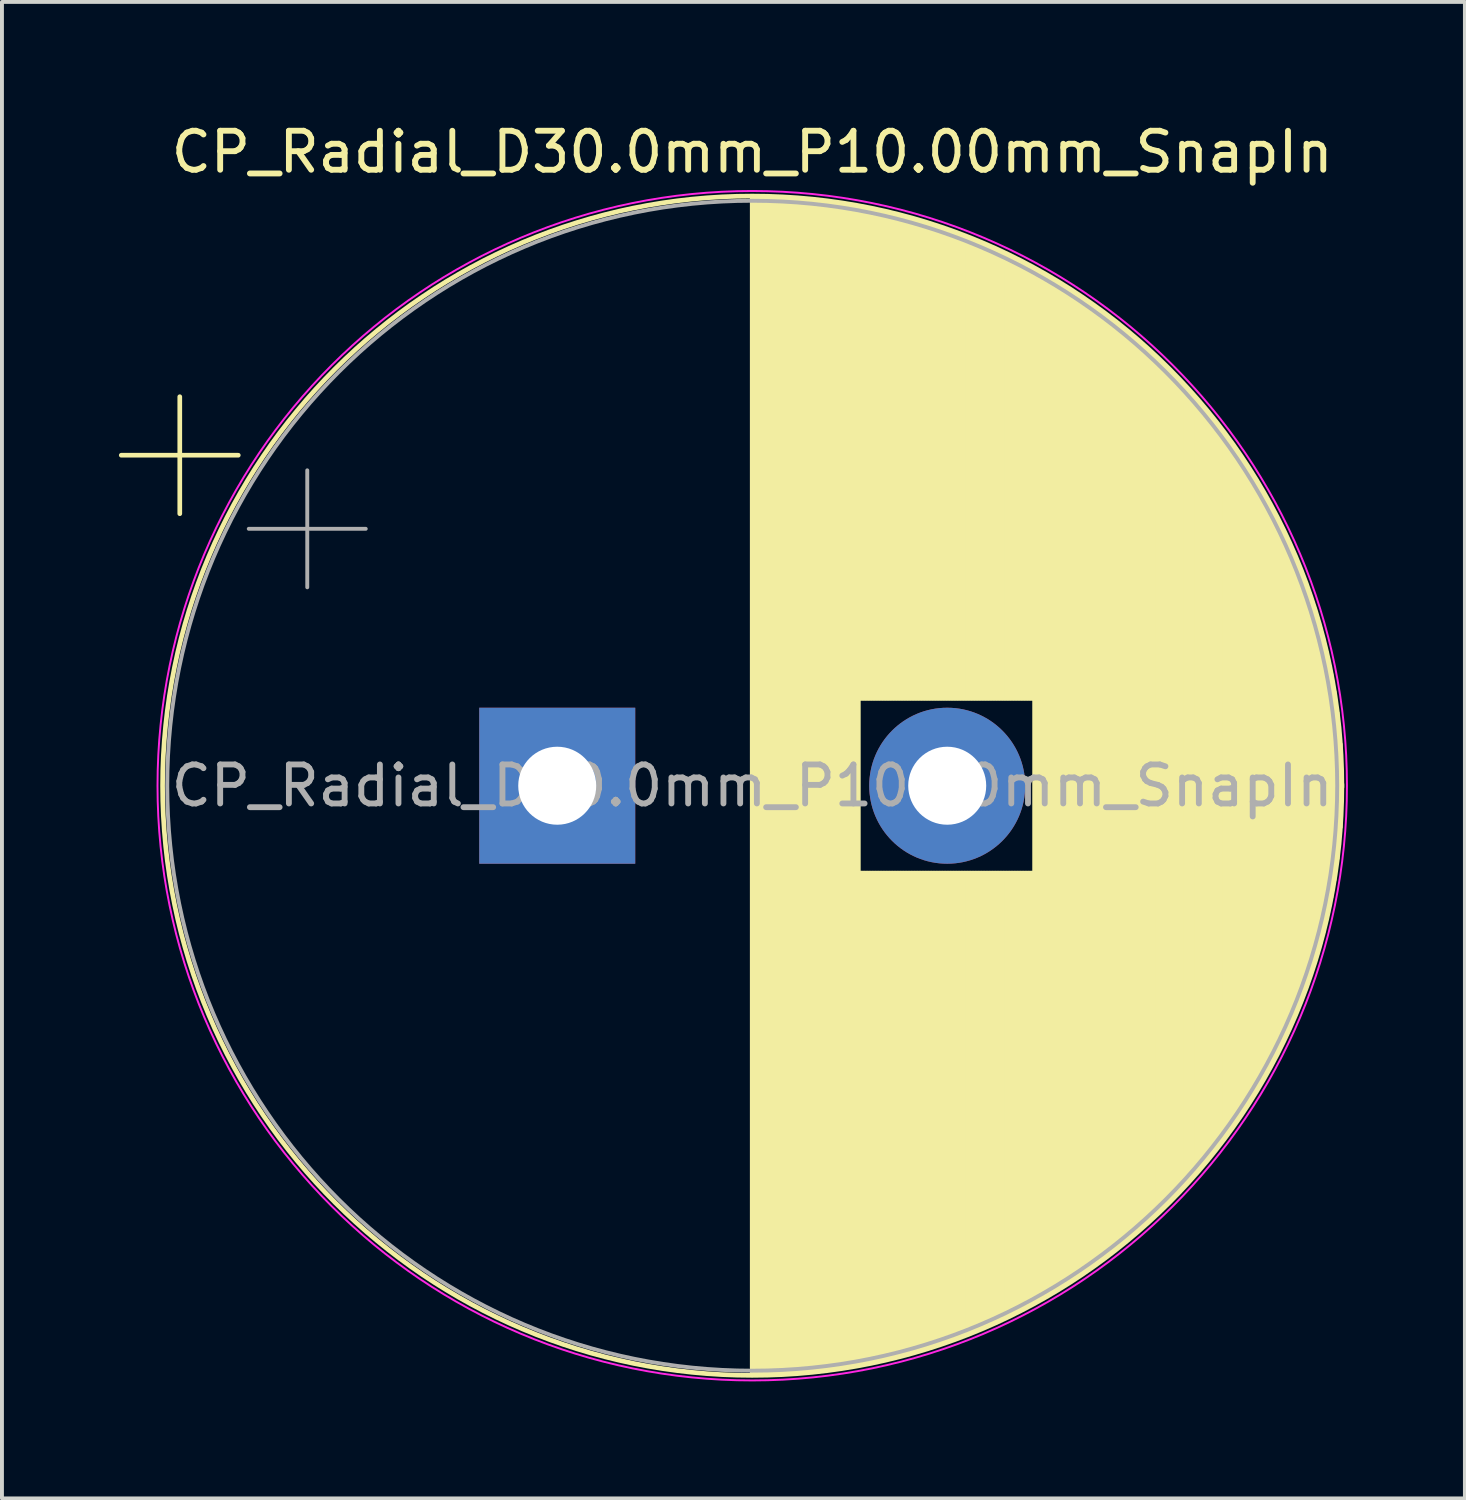
<source format=kicad_pcb>
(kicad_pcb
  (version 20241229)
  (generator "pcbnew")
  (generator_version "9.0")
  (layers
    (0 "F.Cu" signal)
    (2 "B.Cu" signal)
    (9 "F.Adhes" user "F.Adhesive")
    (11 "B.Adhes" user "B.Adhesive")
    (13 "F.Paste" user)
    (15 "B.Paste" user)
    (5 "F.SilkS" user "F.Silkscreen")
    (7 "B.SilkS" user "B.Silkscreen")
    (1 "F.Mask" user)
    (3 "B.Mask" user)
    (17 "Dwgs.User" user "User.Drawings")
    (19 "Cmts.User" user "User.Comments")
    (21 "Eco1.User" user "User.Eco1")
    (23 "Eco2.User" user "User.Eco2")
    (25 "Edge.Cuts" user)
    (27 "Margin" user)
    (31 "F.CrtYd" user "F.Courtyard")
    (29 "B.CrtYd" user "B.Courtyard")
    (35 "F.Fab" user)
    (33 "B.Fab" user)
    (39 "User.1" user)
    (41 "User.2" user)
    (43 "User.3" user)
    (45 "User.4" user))
  (footprint "CP_Radial_D30.0mm_P10.00mm_SnapIn"
    (layer "F.Cu")
    (at 11.239 17.098)
    (property "Reference" "CP_Radial_D30.0mm_P10.00mm_SnapIn" (at 5 -16.25 0) (layer "F.SilkS") (effects (font (size 1 1) (thickness 0.15))))
    (attr through_hole)
    (fp_line (start -11.179 -8.475) (end -8.179 -8.475) (stroke (width 0.12) (type solid)) (layer "F.SilkS"))
    (fp_line (start -9.679 -9.975) (end -9.679 -6.975) (stroke (width 0.12) (type solid)) (layer "F.SilkS"))
    (fp_line (start 5 -15.081) (end 5 15.081) (stroke (width 0.12) (type solid)) (layer "F.SilkS"))
    (fp_line (start 5.04 -15.08) (end 5.04 15.08) (stroke (width 0.12) (type solid)) (layer "F.SilkS"))
    (fp_line (start 5.08 -15.08) (end 5.08 15.08) (stroke (width 0.12) (type solid)) (layer "F.SilkS"))
    (fp_line (start 5.12 -15.08) (end 5.12 15.08) (stroke (width 0.12) (type solid)) (layer "F.SilkS"))
    (fp_line (start 5.16 -15.08) (end 5.16 15.08) (stroke (width 0.12) (type solid)) (layer "F.SilkS"))
    (fp_line (start 5.2 -15.079) (end 5.2 15.079) (stroke (width 0.12) (type solid)) (layer "F.SilkS"))
    (fp_line (start 5.24 -15.079) (end 5.24 15.079) (stroke (width 0.12) (type solid)) (layer "F.SilkS"))
    (fp_line (start 5.28 -15.078) (end 5.28 15.078) (stroke (width 0.12) (type solid)) (layer "F.SilkS"))
    (fp_line (start 5.32 -15.077) (end 5.32 15.077) (stroke (width 0.12) (type solid)) (layer "F.SilkS"))
    (fp_line (start 5.36 -15.076) (end 5.36 15.076) (stroke (width 0.12) (type solid)) (layer "F.SilkS"))
    (fp_line (start 5.4 -15.075) (end 5.4 15.075) (stroke (width 0.12) (type solid)) (layer "F.SilkS"))
    (fp_line (start 5.44 -15.074) (end 5.44 15.074) (stroke (width 0.12) (type solid)) (layer "F.SilkS"))
    (fp_line (start 5.48 -15.073) (end 5.48 15.073) (stroke (width 0.12) (type solid)) (layer "F.SilkS"))
    (fp_line (start 5.52 -15.072) (end 5.52 15.072) (stroke (width 0.12) (type solid)) (layer "F.SilkS"))
    (fp_line (start 5.56 -15.07) (end 5.56 15.07) (stroke (width 0.12) (type solid)) (layer "F.SilkS"))
    (fp_line (start 5.6 -15.069) (end 5.6 15.069) (stroke (width 0.12) (type solid)) (layer "F.SilkS"))
    (fp_line (start 5.64 -15.067) (end 5.64 15.067) (stroke (width 0.12) (type solid)) (layer "F.SilkS"))
    (fp_line (start 5.68 -15.065) (end 5.68 15.065) (stroke (width 0.12) (type solid)) (layer "F.SilkS"))
    (fp_line (start 5.721 -15.063) (end 5.721 15.063) (stroke (width 0.12) (type solid)) (layer "F.SilkS"))
    (fp_line (start 5.761 -15.061) (end 5.761 15.061) (stroke (width 0.12) (type solid)) (layer "F.SilkS"))
    (fp_line (start 5.801 -15.059) (end 5.801 15.059) (stroke (width 0.12) (type solid)) (layer "F.SilkS"))
    (fp_line (start 5.841 -15.057) (end 5.841 15.057) (stroke (width 0.12) (type solid)) (layer "F.SilkS"))
    (fp_line (start 5.881 -15.055) (end 5.881 15.055) (stroke (width 0.12) (type solid)) (layer "F.SilkS"))
    (fp_line (start 5.921 -15.052) (end 5.921 15.052) (stroke (width 0.12) (type solid)) (layer "F.SilkS"))
    (fp_line (start 5.961 -15.05) (end 5.961 15.05) (stroke (width 0.12) (type solid)) (layer "F.SilkS"))
    (fp_line (start 6.001 -15.047) (end 6.001 15.047) (stroke (width 0.12) (type solid)) (layer "F.SilkS"))
    (fp_line (start 6.041 -15.045) (end 6.041 15.045) (stroke (width 0.12) (type solid)) (layer "F.SilkS"))
    (fp_line (start 6.081 -15.042) (end 6.081 15.042) (stroke (width 0.12) (type solid)) (layer "F.SilkS"))
    (fp_line (start 6.121 -15.039) (end 6.121 15.039) (stroke (width 0.12) (type solid)) (layer "F.SilkS"))
    (fp_line (start 6.161 -15.036) (end 6.161 15.036) (stroke (width 0.12) (type solid)) (layer "F.SilkS"))
    (fp_line (start 6.201 -15.033) (end 6.201 15.033) (stroke (width 0.12) (type solid)) (layer "F.SilkS"))
    (fp_line (start 6.241 -15.03) (end 6.241 15.03) (stroke (width 0.12) (type solid)) (layer "F.SilkS"))
    (fp_line (start 6.281 -15.026) (end 6.281 15.026) (stroke (width 0.12) (type solid)) (layer "F.SilkS"))
    (fp_line (start 6.321 -15.023) (end 6.321 15.023) (stroke (width 0.12) (type solid)) (layer "F.SilkS"))
    (fp_line (start 6.361 -15.019) (end 6.361 15.019) (stroke (width 0.12) (type solid)) (layer "F.SilkS"))
    (fp_line (start 6.401 -15.016) (end 6.401 15.016) (stroke (width 0.12) (type solid)) (layer "F.SilkS"))
    (fp_line (start 6.441 -15.012) (end 6.441 15.012) (stroke (width 0.12) (type solid)) (layer "F.SilkS"))
    (fp_line (start 6.481 -15.008) (end 6.481 15.008) (stroke (width 0.12) (type solid)) (layer "F.SilkS"))
    (fp_line (start 6.521 -15.004) (end 6.521 15.004) (stroke (width 0.12) (type solid)) (layer "F.SilkS"))
    (fp_line (start 6.561 -15) (end 6.561 15) (stroke (width 0.12) (type solid)) (layer "F.SilkS"))
    (fp_line (start 6.601 -14.996) (end 6.601 14.996) (stroke (width 0.12) (type solid)) (layer "F.SilkS"))
    (fp_line (start 6.641 -14.991) (end 6.641 14.991) (stroke (width 0.12) (type solid)) (layer "F.SilkS"))
    (fp_line (start 6.681 -14.987) (end 6.681 14.987) (stroke (width 0.12) (type solid)) (layer "F.SilkS"))
    (fp_line (start 6.721 -14.982) (end 6.721 14.982) (stroke (width 0.12) (type solid)) (layer "F.SilkS"))
    (fp_line (start 6.761 -14.978) (end 6.761 14.978) (stroke (width 0.12) (type solid)) (layer "F.SilkS"))
    (fp_line (start 6.801 -14.973) (end 6.801 14.973) (stroke (width 0.12) (type solid)) (layer "F.SilkS"))
    (fp_line (start 6.841 -14.968) (end 6.841 14.968) (stroke (width 0.12) (type solid)) (layer "F.SilkS"))
    (fp_line (start 6.881 -14.963) (end 6.881 14.963) (stroke (width 0.12) (type solid)) (layer "F.SilkS"))
    (fp_line (start 6.921 -14.958) (end 6.921 14.958) (stroke (width 0.12) (type solid)) (layer "F.SilkS"))
    (fp_line (start 6.961 -14.953) (end 6.961 14.953) (stroke (width 0.12) (type solid)) (layer "F.SilkS"))
    (fp_line (start 7.001 -14.948) (end 7.001 14.948) (stroke (width 0.12) (type solid)) (layer "F.SilkS"))
    (fp_line (start 7.041 -14.942) (end 7.041 14.942) (stroke (width 0.12) (type solid)) (layer "F.SilkS"))
    (fp_line (start 7.081 -14.937) (end 7.081 14.937) (stroke (width 0.12) (type solid)) (layer "F.SilkS"))
    (fp_line (start 7.121 -14.931) (end 7.121 14.931) (stroke (width 0.12) (type solid)) (layer "F.SilkS"))
    (fp_line (start 7.161 -14.925) (end 7.161 14.925) (stroke (width 0.12) (type solid)) (layer "F.SilkS"))
    (fp_line (start 7.201 -14.92) (end 7.201 14.92) (stroke (width 0.12) (type solid)) (layer "F.SilkS"))
    (fp_line (start 7.241 -14.914) (end 7.241 14.914) (stroke (width 0.12) (type solid)) (layer "F.SilkS"))
    (fp_line (start 7.281 -14.908) (end 7.281 14.908) (stroke (width 0.12) (type solid)) (layer "F.SilkS"))
    (fp_line (start 7.321 -14.901) (end 7.321 14.901) (stroke (width 0.12) (type solid)) (layer "F.SilkS"))
    (fp_line (start 7.361 -14.895) (end 7.361 14.895) (stroke (width 0.12) (type solid)) (layer "F.SilkS"))
    (fp_line (start 7.401 -14.889) (end 7.401 14.889) (stroke (width 0.12) (type solid)) (layer "F.SilkS"))
    (fp_line (start 7.441 -14.882) (end 7.441 14.882) (stroke (width 0.12) (type solid)) (layer "F.SilkS"))
    (fp_line (start 7.481 -14.876) (end 7.481 14.876) (stroke (width 0.12) (type solid)) (layer "F.SilkS"))
    (fp_line (start 7.521 -14.869) (end 7.521 14.869) (stroke (width 0.12) (type solid)) (layer "F.SilkS"))
    (fp_line (start 7.561 -14.862) (end 7.561 14.862) (stroke (width 0.12) (type solid)) (layer "F.SilkS"))
    (fp_line (start 7.601 -14.855) (end 7.601 14.855) (stroke (width 0.12) (type solid)) (layer "F.SilkS"))
    (fp_line (start 7.641 -14.848) (end 7.641 14.848) (stroke (width 0.12) (type solid)) (layer "F.SilkS"))
    (fp_line (start 7.681 -14.841) (end 7.681 14.841) (stroke (width 0.12) (type solid)) (layer "F.SilkS"))
    (fp_line (start 7.721 -14.834) (end 7.721 14.834) (stroke (width 0.12) (type solid)) (layer "F.SilkS"))
    (fp_line (start 7.761 -14.826) (end 7.761 -2.24) (stroke (width 0.12) (type solid)) (layer "F.SilkS"))
    (fp_line (start 7.761 2.24) (end 7.761 14.826) (stroke (width 0.12) (type solid)) (layer "F.SilkS"))
    (fp_line (start 7.801 -14.819) (end 7.801 -2.24) (stroke (width 0.12) (type solid)) (layer "F.SilkS"))
    (fp_line (start 7.801 2.24) (end 7.801 14.819) (stroke (width 0.12) (type solid)) (layer "F.SilkS"))
    (fp_line (start 7.841 -14.811) (end 7.841 -2.24) (stroke (width 0.12) (type solid)) (layer "F.SilkS"))
    (fp_line (start 7.841 2.24) (end 7.841 14.811) (stroke (width 0.12) (type solid)) (layer "F.SilkS"))
    (fp_line (start 7.881 -14.804) (end 7.881 -2.24) (stroke (width 0.12) (type solid)) (layer "F.SilkS"))
    (fp_line (start 7.881 2.24) (end 7.881 14.804) (stroke (width 0.12) (type solid)) (layer "F.SilkS"))
    (fp_line (start 7.921 -14.796) (end 7.921 -2.24) (stroke (width 0.12) (type solid)) (layer "F.SilkS"))
    (fp_line (start 7.921 2.24) (end 7.921 14.796) (stroke (width 0.12) (type solid)) (layer "F.SilkS"))
    (fp_line (start 7.961 -14.788) (end 7.961 -2.24) (stroke (width 0.12) (type solid)) (layer "F.SilkS"))
    (fp_line (start 7.961 2.24) (end 7.961 14.788) (stroke (width 0.12) (type solid)) (layer "F.SilkS"))
    (fp_line (start 8.001 -14.78) (end 8.001 -2.24) (stroke (width 0.12) (type solid)) (layer "F.SilkS"))
    (fp_line (start 8.001 2.24) (end 8.001 14.78) (stroke (width 0.12) (type solid)) (layer "F.SilkS"))
    (fp_line (start 8.041 -14.772) (end 8.041 -2.24) (stroke (width 0.12) (type solid)) (layer "F.SilkS"))
    (fp_line (start 8.041 2.24) (end 8.041 14.772) (stroke (width 0.12) (type solid)) (layer "F.SilkS"))
    (fp_line (start 8.081 -14.763) (end 8.081 -2.24) (stroke (width 0.12) (type solid)) (layer "F.SilkS"))
    (fp_line (start 8.081 2.24) (end 8.081 14.763) (stroke (width 0.12) (type solid)) (layer "F.SilkS"))
    (fp_line (start 8.121 -14.755) (end 8.121 -2.24) (stroke (width 0.12) (type solid)) (layer "F.SilkS"))
    (fp_line (start 8.121 2.24) (end 8.121 14.755) (stroke (width 0.12) (type solid)) (layer "F.SilkS"))
    (fp_line (start 8.161 -14.747) (end 8.161 -2.24) (stroke (width 0.12) (type solid)) (layer "F.SilkS"))
    (fp_line (start 8.161 2.24) (end 8.161 14.747) (stroke (width 0.12) (type solid)) (layer "F.SilkS"))
    (fp_line (start 8.201 -14.738) (end 8.201 -2.24) (stroke (width 0.12) (type solid)) (layer "F.SilkS"))
    (fp_line (start 8.201 2.24) (end 8.201 14.738) (stroke (width 0.12) (type solid)) (layer "F.SilkS"))
    (fp_line (start 8.241 -14.729) (end 8.241 -2.24) (stroke (width 0.12) (type solid)) (layer "F.SilkS"))
    (fp_line (start 8.241 2.24) (end 8.241 14.729) (stroke (width 0.12) (type solid)) (layer "F.SilkS"))
    (fp_line (start 8.281 -14.72) (end 8.281 -2.24) (stroke (width 0.12) (type solid)) (layer "F.SilkS"))
    (fp_line (start 8.281 2.24) (end 8.281 14.72) (stroke (width 0.12) (type solid)) (layer "F.SilkS"))
    (fp_line (start 8.321 -14.711) (end 8.321 -2.24) (stroke (width 0.12) (type solid)) (layer "F.SilkS"))
    (fp_line (start 8.321 2.24) (end 8.321 14.711) (stroke (width 0.12) (type solid)) (layer "F.SilkS"))
    (fp_line (start 8.361 -14.702) (end 8.361 -2.24) (stroke (width 0.12) (type solid)) (layer "F.SilkS"))
    (fp_line (start 8.361 2.24) (end 8.361 14.702) (stroke (width 0.12) (type solid)) (layer "F.SilkS"))
    (fp_line (start 8.401 -14.693) (end 8.401 -2.24) (stroke (width 0.12) (type solid)) (layer "F.SilkS"))
    (fp_line (start 8.401 2.24) (end 8.401 14.693) (stroke (width 0.12) (type solid)) (layer "F.SilkS"))
    (fp_line (start 8.441 -14.684) (end 8.441 -2.24) (stroke (width 0.12) (type solid)) (layer "F.SilkS"))
    (fp_line (start 8.441 2.24) (end 8.441 14.684) (stroke (width 0.12) (type solid)) (layer "F.SilkS"))
    (fp_line (start 8.481 -14.675) (end 8.481 -2.24) (stroke (width 0.12) (type solid)) (layer "F.SilkS"))
    (fp_line (start 8.481 2.24) (end 8.481 14.675) (stroke (width 0.12) (type solid)) (layer "F.SilkS"))
    (fp_line (start 8.521 -14.665) (end 8.521 -2.24) (stroke (width 0.12) (type solid)) (layer "F.SilkS"))
    (fp_line (start 8.521 2.24) (end 8.521 14.665) (stroke (width 0.12) (type solid)) (layer "F.SilkS"))
    (fp_line (start 8.561 -14.655) (end 8.561 -2.24) (stroke (width 0.12) (type solid)) (layer "F.SilkS"))
    (fp_line (start 8.561 2.24) (end 8.561 14.655) (stroke (width 0.12) (type solid)) (layer "F.SilkS"))
    (fp_line (start 8.601 -14.646) (end 8.601 -2.24) (stroke (width 0.12) (type solid)) (layer "F.SilkS"))
    (fp_line (start 8.601 2.24) (end 8.601 14.646) (stroke (width 0.12) (type solid)) (layer "F.SilkS"))
    (fp_line (start 8.641 -14.636) (end 8.641 -2.24) (stroke (width 0.12) (type solid)) (layer "F.SilkS"))
    (fp_line (start 8.641 2.24) (end 8.641 14.636) (stroke (width 0.12) (type solid)) (layer "F.SilkS"))
    (fp_line (start 8.681 -14.626) (end 8.681 -2.24) (stroke (width 0.12) (type solid)) (layer "F.SilkS"))
    (fp_line (start 8.681 2.24) (end 8.681 14.626) (stroke (width 0.12) (type solid)) (layer "F.SilkS"))
    (fp_line (start 8.721 -14.616) (end 8.721 -2.24) (stroke (width 0.12) (type solid)) (layer "F.SilkS"))
    (fp_line (start 8.721 2.24) (end 8.721 14.616) (stroke (width 0.12) (type solid)) (layer "F.SilkS"))
    (fp_line (start 8.761 -14.606) (end 8.761 -2.24) (stroke (width 0.12) (type solid)) (layer "F.SilkS"))
    (fp_line (start 8.761 2.24) (end 8.761 14.606) (stroke (width 0.12) (type solid)) (layer "F.SilkS"))
    (fp_line (start 8.801 -14.595) (end 8.801 -2.24) (stroke (width 0.12) (type solid)) (layer "F.SilkS"))
    (fp_line (start 8.801 2.24) (end 8.801 14.595) (stroke (width 0.12) (type solid)) (layer "F.SilkS"))
    (fp_line (start 8.841 -14.585) (end 8.841 -2.24) (stroke (width 0.12) (type solid)) (layer "F.SilkS"))
    (fp_line (start 8.841 2.24) (end 8.841 14.585) (stroke (width 0.12) (type solid)) (layer "F.SilkS"))
    (fp_line (start 8.881 -14.574) (end 8.881 -2.24) (stroke (width 0.12) (type solid)) (layer "F.SilkS"))
    (fp_line (start 8.881 2.24) (end 8.881 14.574) (stroke (width 0.12) (type solid)) (layer "F.SilkS"))
    (fp_line (start 8.921 -14.564) (end 8.921 -2.24) (stroke (width 0.12) (type solid)) (layer "F.SilkS"))
    (fp_line (start 8.921 2.24) (end 8.921 14.564) (stroke (width 0.12) (type solid)) (layer "F.SilkS"))
    (fp_line (start 8.961 -14.553) (end 8.961 -2.24) (stroke (width 0.12) (type solid)) (layer "F.SilkS"))
    (fp_line (start 8.961 2.24) (end 8.961 14.553) (stroke (width 0.12) (type solid)) (layer "F.SilkS"))
    (fp_line (start 9.001 -14.542) (end 9.001 -2.24) (stroke (width 0.12) (type solid)) (layer "F.SilkS"))
    (fp_line (start 9.001 2.24) (end 9.001 14.542) (stroke (width 0.12) (type solid)) (layer "F.SilkS"))
    (fp_line (start 9.041 -14.531) (end 9.041 -2.24) (stroke (width 0.12) (type solid)) (layer "F.SilkS"))
    (fp_line (start 9.041 2.24) (end 9.041 14.531) (stroke (width 0.12) (type solid)) (layer "F.SilkS"))
    (fp_line (start 9.081 -14.52) (end 9.081 -2.24) (stroke (width 0.12) (type solid)) (layer "F.SilkS"))
    (fp_line (start 9.081 2.24) (end 9.081 14.52) (stroke (width 0.12) (type solid)) (layer "F.SilkS"))
    (fp_line (start 9.121 -14.508) (end 9.121 -2.24) (stroke (width 0.12) (type solid)) (layer "F.SilkS"))
    (fp_line (start 9.121 2.24) (end 9.121 14.508) (stroke (width 0.12) (type solid)) (layer "F.SilkS"))
    (fp_line (start 9.161 -14.497) (end 9.161 -2.24) (stroke (width 0.12) (type solid)) (layer "F.SilkS"))
    (fp_line (start 9.161 2.24) (end 9.161 14.497) (stroke (width 0.12) (type solid)) (layer "F.SilkS"))
    (fp_line (start 9.201 -14.485) (end 9.201 -2.24) (stroke (width 0.12) (type solid)) (layer "F.SilkS"))
    (fp_line (start 9.201 2.24) (end 9.201 14.485) (stroke (width 0.12) (type solid)) (layer "F.SilkS"))
    (fp_line (start 9.241 -14.474) (end 9.241 -2.24) (stroke (width 0.12) (type solid)) (layer "F.SilkS"))
    (fp_line (start 9.241 2.24) (end 9.241 14.474) (stroke (width 0.12) (type solid)) (layer "F.SilkS"))
    (fp_line (start 9.281 -14.462) (end 9.281 -2.24) (stroke (width 0.12) (type solid)) (layer "F.SilkS"))
    (fp_line (start 9.281 2.24) (end 9.281 14.462) (stroke (width 0.12) (type solid)) (layer "F.SilkS"))
    (fp_line (start 9.321 -14.45) (end 9.321 -2.24) (stroke (width 0.12) (type solid)) (layer "F.SilkS"))
    (fp_line (start 9.321 2.24) (end 9.321 14.45) (stroke (width 0.12) (type solid)) (layer "F.SilkS"))
    (fp_line (start 9.361 -14.438) (end 9.361 -2.24) (stroke (width 0.12) (type solid)) (layer "F.SilkS"))
    (fp_line (start 9.361 2.24) (end 9.361 14.438) (stroke (width 0.12) (type solid)) (layer "F.SilkS"))
    (fp_line (start 9.401 -14.426) (end 9.401 -2.24) (stroke (width 0.12) (type solid)) (layer "F.SilkS"))
    (fp_line (start 9.401 2.24) (end 9.401 14.426) (stroke (width 0.12) (type solid)) (layer "F.SilkS"))
    (fp_line (start 9.441 -14.414) (end 9.441 -2.24) (stroke (width 0.12) (type solid)) (layer "F.SilkS"))
    (fp_line (start 9.441 2.24) (end 9.441 14.414) (stroke (width 0.12) (type solid)) (layer "F.SilkS"))
    (fp_line (start 9.481 -14.402) (end 9.481 -2.24) (stroke (width 0.12) (type solid)) (layer "F.SilkS"))
    (fp_line (start 9.481 2.24) (end 9.481 14.402) (stroke (width 0.12) (type solid)) (layer "F.SilkS"))
    (fp_line (start 9.521 -14.389) (end 9.521 -2.24) (stroke (width 0.12) (type solid)) (layer "F.SilkS"))
    (fp_line (start 9.521 2.24) (end 9.521 14.389) (stroke (width 0.12) (type solid)) (layer "F.SilkS"))
    (fp_line (start 9.561 -14.376) (end 9.561 -2.24) (stroke (width 0.12) (type solid)) (layer "F.SilkS"))
    (fp_line (start 9.561 2.24) (end 9.561 14.376) (stroke (width 0.12) (type solid)) (layer "F.SilkS"))
    (fp_line (start 9.601 -14.364) (end 9.601 -2.24) (stroke (width 0.12) (type solid)) (layer "F.SilkS"))
    (fp_line (start 9.601 2.24) (end 9.601 14.364) (stroke (width 0.12) (type solid)) (layer "F.SilkS"))
    (fp_line (start 9.641 -14.351) (end 9.641 -2.24) (stroke (width 0.12) (type solid)) (layer "F.SilkS"))
    (fp_line (start 9.641 2.24) (end 9.641 14.351) (stroke (width 0.12) (type solid)) (layer "F.SilkS"))
    (fp_line (start 9.681 -14.338) (end 9.681 -2.24) (stroke (width 0.12) (type solid)) (layer "F.SilkS"))
    (fp_line (start 9.681 2.24) (end 9.681 14.338) (stroke (width 0.12) (type solid)) (layer "F.SilkS"))
    (fp_line (start 9.721 -14.325) (end 9.721 -2.24) (stroke (width 0.12) (type solid)) (layer "F.SilkS"))
    (fp_line (start 9.721 2.24) (end 9.721 14.325) (stroke (width 0.12) (type solid)) (layer "F.SilkS"))
    (fp_line (start 9.761 -14.312) (end 9.761 -2.24) (stroke (width 0.12) (type solid)) (layer "F.SilkS"))
    (fp_line (start 9.761 2.24) (end 9.761 14.312) (stroke (width 0.12) (type solid)) (layer "F.SilkS"))
    (fp_line (start 9.801 -14.298) (end 9.801 -2.24) (stroke (width 0.12) (type solid)) (layer "F.SilkS"))
    (fp_line (start 9.801 2.24) (end 9.801 14.298) (stroke (width 0.12) (type solid)) (layer "F.SilkS"))
    (fp_line (start 9.841 -14.285) (end 9.841 -2.24) (stroke (width 0.12) (type solid)) (layer "F.SilkS"))
    (fp_line (start 9.841 2.24) (end 9.841 14.285) (stroke (width 0.12) (type solid)) (layer "F.SilkS"))
    (fp_line (start 9.881 -14.271) (end 9.881 -2.24) (stroke (width 0.12) (type solid)) (layer "F.SilkS"))
    (fp_line (start 9.881 2.24) (end 9.881 14.271) (stroke (width 0.12) (type solid)) (layer "F.SilkS"))
    (fp_line (start 9.921 -14.258) (end 9.921 -2.24) (stroke (width 0.12) (type solid)) (layer "F.SilkS"))
    (fp_line (start 9.921 2.24) (end 9.921 14.258) (stroke (width 0.12) (type solid)) (layer "F.SilkS"))
    (fp_line (start 9.961 -14.244) (end 9.961 -2.24) (stroke (width 0.12) (type solid)) (layer "F.SilkS"))
    (fp_line (start 9.961 2.24) (end 9.961 14.244) (stroke (width 0.12) (type solid)) (layer "F.SilkS"))
    (fp_line (start 10.001 -14.23) (end 10.001 -2.24) (stroke (width 0.12) (type solid)) (layer "F.SilkS"))
    (fp_line (start 10.001 2.24) (end 10.001 14.23) (stroke (width 0.12) (type solid)) (layer "F.SilkS"))
    (fp_line (start 10.041 -14.216) (end 10.041 -2.24) (stroke (width 0.12) (type solid)) (layer "F.SilkS"))
    (fp_line (start 10.041 2.24) (end 10.041 14.216) (stroke (width 0.12) (type solid)) (layer "F.SilkS"))
    (fp_line (start 10.081 -14.202) (end 10.081 -2.24) (stroke (width 0.12) (type solid)) (layer "F.SilkS"))
    (fp_line (start 10.081 2.24) (end 10.081 14.202) (stroke (width 0.12) (type solid)) (layer "F.SilkS"))
    (fp_line (start 10.121 -14.187) (end 10.121 -2.24) (stroke (width 0.12) (type solid)) (layer "F.SilkS"))
    (fp_line (start 10.121 2.24) (end 10.121 14.187) (stroke (width 0.12) (type solid)) (layer "F.SilkS"))
    (fp_line (start 10.161 -14.173) (end 10.161 -2.24) (stroke (width 0.12) (type solid)) (layer "F.SilkS"))
    (fp_line (start 10.161 2.24) (end 10.161 14.173) (stroke (width 0.12) (type solid)) (layer "F.SilkS"))
    (fp_line (start 10.201 -14.158) (end 10.201 -2.24) (stroke (width 0.12) (type solid)) (layer "F.SilkS"))
    (fp_line (start 10.201 2.24) (end 10.201 14.158) (stroke (width 0.12) (type solid)) (layer "F.SilkS"))
    (fp_line (start 10.241 -14.143) (end 10.241 -2.24) (stroke (width 0.12) (type solid)) (layer "F.SilkS"))
    (fp_line (start 10.241 2.24) (end 10.241 14.143) (stroke (width 0.12) (type solid)) (layer "F.SilkS"))
    (fp_line (start 10.281 -14.129) (end 10.281 -2.24) (stroke (width 0.12) (type solid)) (layer "F.SilkS"))
    (fp_line (start 10.281 2.24) (end 10.281 14.129) (stroke (width 0.12) (type solid)) (layer "F.SilkS"))
    (fp_line (start 10.321 -14.114) (end 10.321 -2.24) (stroke (width 0.12) (type solid)) (layer "F.SilkS"))
    (fp_line (start 10.321 2.24) (end 10.321 14.114) (stroke (width 0.12) (type solid)) (layer "F.SilkS"))
    (fp_line (start 10.361 -14.099) (end 10.361 -2.24) (stroke (width 0.12) (type solid)) (layer "F.SilkS"))
    (fp_line (start 10.361 2.24) (end 10.361 14.099) (stroke (width 0.12) (type solid)) (layer "F.SilkS"))
    (fp_line (start 10.401 -14.083) (end 10.401 -2.24) (stroke (width 0.12) (type solid)) (layer "F.SilkS"))
    (fp_line (start 10.401 2.24) (end 10.401 14.083) (stroke (width 0.12) (type solid)) (layer "F.SilkS"))
    (fp_line (start 10.441 -14.068) (end 10.441 -2.24) (stroke (width 0.12) (type solid)) (layer "F.SilkS"))
    (fp_line (start 10.441 2.24) (end 10.441 14.068) (stroke (width 0.12) (type solid)) (layer "F.SilkS"))
    (fp_line (start 10.481 -14.052) (end 10.481 -2.24) (stroke (width 0.12) (type solid)) (layer "F.SilkS"))
    (fp_line (start 10.481 2.24) (end 10.481 14.052) (stroke (width 0.12) (type solid)) (layer "F.SilkS"))
    (fp_line (start 10.521 -14.037) (end 10.521 -2.24) (stroke (width 0.12) (type solid)) (layer "F.SilkS"))
    (fp_line (start 10.521 2.24) (end 10.521 14.037) (stroke (width 0.12) (type solid)) (layer "F.SilkS"))
    (fp_line (start 10.561 -14.021) (end 10.561 -2.24) (stroke (width 0.12) (type solid)) (layer "F.SilkS"))
    (fp_line (start 10.561 2.24) (end 10.561 14.021) (stroke (width 0.12) (type solid)) (layer "F.SilkS"))
    (fp_line (start 10.601 -14.005) (end 10.601 -2.24) (stroke (width 0.12) (type solid)) (layer "F.SilkS"))
    (fp_line (start 10.601 2.24) (end 10.601 14.005) (stroke (width 0.12) (type solid)) (layer "F.SilkS"))
    (fp_line (start 10.641 -13.989) (end 10.641 -2.24) (stroke (width 0.12) (type solid)) (layer "F.SilkS"))
    (fp_line (start 10.641 2.24) (end 10.641 13.989) (stroke (width 0.12) (type solid)) (layer "F.SilkS"))
    (fp_line (start 10.681 -13.973) (end 10.681 -2.24) (stroke (width 0.12) (type solid)) (layer "F.SilkS"))
    (fp_line (start 10.681 2.24) (end 10.681 13.973) (stroke (width 0.12) (type solid)) (layer "F.SilkS"))
    (fp_line (start 10.721 -13.957) (end 10.721 -2.24) (stroke (width 0.12) (type solid)) (layer "F.SilkS"))
    (fp_line (start 10.721 2.24) (end 10.721 13.957) (stroke (width 0.12) (type solid)) (layer "F.SilkS"))
    (fp_line (start 10.761 -13.94) (end 10.761 -2.24) (stroke (width 0.12) (type solid)) (layer "F.SilkS"))
    (fp_line (start 10.761 2.24) (end 10.761 13.94) (stroke (width 0.12) (type solid)) (layer "F.SilkS"))
    (fp_line (start 10.801 -13.924) (end 10.801 -2.24) (stroke (width 0.12) (type solid)) (layer "F.SilkS"))
    (fp_line (start 10.801 2.24) (end 10.801 13.924) (stroke (width 0.12) (type solid)) (layer "F.SilkS"))
    (fp_line (start 10.841 -13.907) (end 10.841 -2.24) (stroke (width 0.12) (type solid)) (layer "F.SilkS"))
    (fp_line (start 10.841 2.24) (end 10.841 13.907) (stroke (width 0.12) (type solid)) (layer "F.SilkS"))
    (fp_line (start 10.881 -13.89) (end 10.881 -2.24) (stroke (width 0.12) (type solid)) (layer "F.SilkS"))
    (fp_line (start 10.881 2.24) (end 10.881 13.89) (stroke (width 0.12) (type solid)) (layer "F.SilkS"))
    (fp_line (start 10.921 -13.873) (end 10.921 -2.24) (stroke (width 0.12) (type solid)) (layer "F.SilkS"))
    (fp_line (start 10.921 2.24) (end 10.921 13.873) (stroke (width 0.12) (type solid)) (layer "F.SilkS"))
    (fp_line (start 10.961 -13.856) (end 10.961 -2.24) (stroke (width 0.12) (type solid)) (layer "F.SilkS"))
    (fp_line (start 10.961 2.24) (end 10.961 13.856) (stroke (width 0.12) (type solid)) (layer "F.SilkS"))
    (fp_line (start 11.001 -13.839) (end 11.001 -2.24) (stroke (width 0.12) (type solid)) (layer "F.SilkS"))
    (fp_line (start 11.001 2.24) (end 11.001 13.839) (stroke (width 0.12) (type solid)) (layer "F.SilkS"))
    (fp_line (start 11.041 -13.822) (end 11.041 -2.24) (stroke (width 0.12) (type solid)) (layer "F.SilkS"))
    (fp_line (start 11.041 2.24) (end 11.041 13.822) (stroke (width 0.12) (type solid)) (layer "F.SilkS"))
    (fp_line (start 11.081 -13.804) (end 11.081 -2.24) (stroke (width 0.12) (type solid)) (layer "F.SilkS"))
    (fp_line (start 11.081 2.24) (end 11.081 13.804) (stroke (width 0.12) (type solid)) (layer "F.SilkS"))
    (fp_line (start 11.121 -13.787) (end 11.121 -2.24) (stroke (width 0.12) (type solid)) (layer "F.SilkS"))
    (fp_line (start 11.121 2.24) (end 11.121 13.787) (stroke (width 0.12) (type solid)) (layer "F.SilkS"))
    (fp_line (start 11.161 -13.769) (end 11.161 -2.24) (stroke (width 0.12) (type solid)) (layer "F.SilkS"))
    (fp_line (start 11.161 2.24) (end 11.161 13.769) (stroke (width 0.12) (type solid)) (layer "F.SilkS"))
    (fp_line (start 11.201 -13.751) (end 11.201 -2.24) (stroke (width 0.12) (type solid)) (layer "F.SilkS"))
    (fp_line (start 11.201 2.24) (end 11.201 13.751) (stroke (width 0.12) (type solid)) (layer "F.SilkS"))
    (fp_line (start 11.241 -13.733) (end 11.241 -2.24) (stroke (width 0.12) (type solid)) (layer "F.SilkS"))
    (fp_line (start 11.241 2.24) (end 11.241 13.733) (stroke (width 0.12) (type solid)) (layer "F.SilkS"))
    (fp_line (start 11.281 -13.715) (end 11.281 -2.24) (stroke (width 0.12) (type solid)) (layer "F.SilkS"))
    (fp_line (start 11.281 2.24) (end 11.281 13.715) (stroke (width 0.12) (type solid)) (layer "F.SilkS"))
    (fp_line (start 11.321 -13.696) (end 11.321 -2.24) (stroke (width 0.12) (type solid)) (layer "F.SilkS"))
    (fp_line (start 11.321 2.24) (end 11.321 13.696) (stroke (width 0.12) (type solid)) (layer "F.SilkS"))
    (fp_line (start 11.361 -13.678) (end 11.361 -2.24) (stroke (width 0.12) (type solid)) (layer "F.SilkS"))
    (fp_line (start 11.361 2.24) (end 11.361 13.678) (stroke (width 0.12) (type solid)) (layer "F.SilkS"))
    (fp_line (start 11.401 -13.659) (end 11.401 -2.24) (stroke (width 0.12) (type solid)) (layer "F.SilkS"))
    (fp_line (start 11.401 2.24) (end 11.401 13.659) (stroke (width 0.12) (type solid)) (layer "F.SilkS"))
    (fp_line (start 11.441 -13.64) (end 11.441 -2.24) (stroke (width 0.12) (type solid)) (layer "F.SilkS"))
    (fp_line (start 11.441 2.24) (end 11.441 13.64) (stroke (width 0.12) (type solid)) (layer "F.SilkS"))
    (fp_line (start 11.481 -13.622) (end 11.481 -2.24) (stroke (width 0.12) (type solid)) (layer "F.SilkS"))
    (fp_line (start 11.481 2.24) (end 11.481 13.622) (stroke (width 0.12) (type solid)) (layer "F.SilkS"))
    (fp_line (start 11.521 -13.602) (end 11.521 -2.24) (stroke (width 0.12) (type solid)) (layer "F.SilkS"))
    (fp_line (start 11.521 2.24) (end 11.521 13.602) (stroke (width 0.12) (type solid)) (layer "F.SilkS"))
    (fp_line (start 11.561 -13.583) (end 11.561 -2.24) (stroke (width 0.12) (type solid)) (layer "F.SilkS"))
    (fp_line (start 11.561 2.24) (end 11.561 13.583) (stroke (width 0.12) (type solid)) (layer "F.SilkS"))
    (fp_line (start 11.601 -13.564) (end 11.601 -2.24) (stroke (width 0.12) (type solid)) (layer "F.SilkS"))
    (fp_line (start 11.601 2.24) (end 11.601 13.564) (stroke (width 0.12) (type solid)) (layer "F.SilkS"))
    (fp_line (start 11.641 -13.544) (end 11.641 -2.24) (stroke (width 0.12) (type solid)) (layer "F.SilkS"))
    (fp_line (start 11.641 2.24) (end 11.641 13.544) (stroke (width 0.12) (type solid)) (layer "F.SilkS"))
    (fp_line (start 11.681 -13.525) (end 11.681 -2.24) (stroke (width 0.12) (type solid)) (layer "F.SilkS"))
    (fp_line (start 11.681 2.24) (end 11.681 13.525) (stroke (width 0.12) (type solid)) (layer "F.SilkS"))
    (fp_line (start 11.721 -13.505) (end 11.721 -2.24) (stroke (width 0.12) (type solid)) (layer "F.SilkS"))
    (fp_line (start 11.721 2.24) (end 11.721 13.505) (stroke (width 0.12) (type solid)) (layer "F.SilkS"))
    (fp_line (start 11.761 -13.485) (end 11.761 -2.24) (stroke (width 0.12) (type solid)) (layer "F.SilkS"))
    (fp_line (start 11.761 2.24) (end 11.761 13.485) (stroke (width 0.12) (type solid)) (layer "F.SilkS"))
    (fp_line (start 11.801 -13.465) (end 11.801 -2.24) (stroke (width 0.12) (type solid)) (layer "F.SilkS"))
    (fp_line (start 11.801 2.24) (end 11.801 13.465) (stroke (width 0.12) (type solid)) (layer "F.SilkS"))
    (fp_line (start 11.841 -13.445) (end 11.841 -2.24) (stroke (width 0.12) (type solid)) (layer "F.SilkS"))
    (fp_line (start 11.841 2.24) (end 11.841 13.445) (stroke (width 0.12) (type solid)) (layer "F.SilkS"))
    (fp_line (start 11.881 -13.425) (end 11.881 -2.24) (stroke (width 0.12) (type solid)) (layer "F.SilkS"))
    (fp_line (start 11.881 2.24) (end 11.881 13.425) (stroke (width 0.12) (type solid)) (layer "F.SilkS"))
    (fp_line (start 11.921 -13.404) (end 11.921 -2.24) (stroke (width 0.12) (type solid)) (layer "F.SilkS"))
    (fp_line (start 11.921 2.24) (end 11.921 13.404) (stroke (width 0.12) (type solid)) (layer "F.SilkS"))
    (fp_line (start 11.961 -13.383) (end 11.961 -2.24) (stroke (width 0.12) (type solid)) (layer "F.SilkS"))
    (fp_line (start 11.961 2.24) (end 11.961 13.383) (stroke (width 0.12) (type solid)) (layer "F.SilkS"))
    (fp_line (start 12.001 -13.363) (end 12.001 -2.24) (stroke (width 0.12) (type solid)) (layer "F.SilkS"))
    (fp_line (start 12.001 2.24) (end 12.001 13.363) (stroke (width 0.12) (type solid)) (layer "F.SilkS"))
    (fp_line (start 12.041 -13.342) (end 12.041 -2.24) (stroke (width 0.12) (type solid)) (layer "F.SilkS"))
    (fp_line (start 12.041 2.24) (end 12.041 13.342) (stroke (width 0.12) (type solid)) (layer "F.SilkS"))
    (fp_line (start 12.081 -13.32) (end 12.081 -2.24) (stroke (width 0.12) (type solid)) (layer "F.SilkS"))
    (fp_line (start 12.081 2.24) (end 12.081 13.32) (stroke (width 0.12) (type solid)) (layer "F.SilkS"))
    (fp_line (start 12.121 -13.299) (end 12.121 -2.24) (stroke (width 0.12) (type solid)) (layer "F.SilkS"))
    (fp_line (start 12.121 2.24) (end 12.121 13.299) (stroke (width 0.12) (type solid)) (layer "F.SilkS"))
    (fp_line (start 12.161 -13.278) (end 12.161 -2.24) (stroke (width 0.12) (type solid)) (layer "F.SilkS"))
    (fp_line (start 12.161 2.24) (end 12.161 13.278) (stroke (width 0.12) (type solid)) (layer "F.SilkS"))
    (fp_line (start 12.201 -13.256) (end 12.201 -2.24) (stroke (width 0.12) (type solid)) (layer "F.SilkS"))
    (fp_line (start 12.201 2.24) (end 12.201 13.256) (stroke (width 0.12) (type solid)) (layer "F.SilkS"))
    (fp_line (start 12.241 -13.234) (end 12.241 13.234) (stroke (width 0.12) (type solid)) (layer "F.SilkS"))
    (fp_line (start 12.281 -13.213) (end 12.281 13.213) (stroke (width 0.12) (type solid)) (layer "F.SilkS"))
    (fp_line (start 12.321 -13.19) (end 12.321 13.19) (stroke (width 0.12) (type solid)) (layer "F.SilkS"))
    (fp_line (start 12.361 -13.168) (end 12.361 13.168) (stroke (width 0.12) (type solid)) (layer "F.SilkS"))
    (fp_line (start 12.401 -13.146) (end 12.401 13.146) (stroke (width 0.12) (type solid)) (layer "F.SilkS"))
    (fp_line (start 12.441 -13.123) (end 12.441 13.123) (stroke (width 0.12) (type solid)) (layer "F.SilkS"))
    (fp_line (start 12.481 -13.101) (end 12.481 13.101) (stroke (width 0.12) (type solid)) (layer "F.SilkS"))
    (fp_line (start 12.521 -13.078) (end 12.521 13.078) (stroke (width 0.12) (type solid)) (layer "F.SilkS"))
    (fp_line (start 12.561 -13.055) (end 12.561 13.055) (stroke (width 0.12) (type solid)) (layer "F.SilkS"))
    (fp_line (start 12.601 -13.032) (end 12.601 13.032) (stroke (width 0.12) (type solid)) (layer "F.SilkS"))
    (fp_line (start 12.641 -13.008) (end 12.641 13.008) (stroke (width 0.12) (type solid)) (layer "F.SilkS"))
    (fp_line (start 12.681 -12.985) (end 12.681 12.985) (stroke (width 0.12) (type solid)) (layer "F.SilkS"))
    (fp_line (start 12.721 -12.961) (end 12.721 12.961) (stroke (width 0.12) (type solid)) (layer "F.SilkS"))
    (fp_line (start 12.761 -12.937) (end 12.761 12.937) (stroke (width 0.12) (type solid)) (layer "F.SilkS"))
    (fp_line (start 12.801 -12.913) (end 12.801 12.913) (stroke (width 0.12) (type solid)) (layer "F.SilkS"))
    (fp_line (start 12.841 -12.889) (end 12.841 12.889) (stroke (width 0.12) (type solid)) (layer "F.SilkS"))
    (fp_line (start 12.881 -12.865) (end 12.881 12.865) (stroke (width 0.12) (type solid)) (layer "F.SilkS"))
    (fp_line (start 12.921 -12.84) (end 12.921 12.84) (stroke (width 0.12) (type solid)) (layer "F.SilkS"))
    (fp_line (start 12.961 -12.816) (end 12.961 12.816) (stroke (width 0.12) (type solid)) (layer "F.SilkS"))
    (fp_line (start 13.001 -12.791) (end 13.001 12.791) (stroke (width 0.12) (type solid)) (layer "F.SilkS"))
    (fp_line (start 13.041 -12.766) (end 13.041 12.766) (stroke (width 0.12) (type solid)) (layer "F.SilkS"))
    (fp_line (start 13.081 -12.74) (end 13.081 12.74) (stroke (width 0.12) (type solid)) (layer "F.SilkS"))
    (fp_line (start 13.121 -12.715) (end 13.121 12.715) (stroke (width 0.12) (type solid)) (layer "F.SilkS"))
    (fp_line (start 13.161 -12.69) (end 13.161 12.69) (stroke (width 0.12) (type solid)) (layer "F.SilkS"))
    (fp_line (start 13.2 -12.664) (end 13.2 12.664) (stroke (width 0.12) (type solid)) (layer "F.SilkS"))
    (fp_line (start 13.24 -12.638) (end 13.24 12.638) (stroke (width 0.12) (type solid)) (layer "F.SilkS"))
    (fp_line (start 13.28 -12.612) (end 13.28 12.612) (stroke (width 0.12) (type solid)) (layer "F.SilkS"))
    (fp_line (start 13.32 -12.586) (end 13.32 12.586) (stroke (width 0.12) (type solid)) (layer "F.SilkS"))
    (fp_line (start 13.36 -12.559) (end 13.36 12.559) (stroke (width 0.12) (type solid)) (layer "F.SilkS"))
    (fp_line (start 13.4 -12.532) (end 13.4 12.532) (stroke (width 0.12) (type solid)) (layer "F.SilkS"))
    (fp_line (start 13.44 -12.506) (end 13.44 12.506) (stroke (width 0.12) (type solid)) (layer "F.SilkS"))
    (fp_line (start 13.48 -12.479) (end 13.48 12.479) (stroke (width 0.12) (type solid)) (layer "F.SilkS"))
    (fp_line (start 13.52 -12.451) (end 13.52 12.451) (stroke (width 0.12) (type solid)) (layer "F.SilkS"))
    (fp_line (start 13.56 -12.424) (end 13.56 12.424) (stroke (width 0.12) (type solid)) (layer "F.SilkS"))
    (fp_line (start 13.6 -12.397) (end 13.6 12.397) (stroke (width 0.12) (type solid)) (layer "F.SilkS"))
    (fp_line (start 13.64 -12.369) (end 13.64 12.369) (stroke (width 0.12) (type solid)) (layer "F.SilkS"))
    (fp_line (start 13.68 -12.341) (end 13.68 12.341) (stroke (width 0.12) (type solid)) (layer "F.SilkS"))
    (fp_line (start 13.72 -12.313) (end 13.72 12.313) (stroke (width 0.12) (type solid)) (layer "F.SilkS"))
    (fp_line (start 13.76 -12.284) (end 13.76 12.284) (stroke (width 0.12) (type solid)) (layer "F.SilkS"))
    (fp_line (start 13.8 -12.256) (end 13.8 12.256) (stroke (width 0.12) (type solid)) (layer "F.SilkS"))
    (fp_line (start 13.84 -12.227) (end 13.84 12.227) (stroke (width 0.12) (type solid)) (layer "F.SilkS"))
    (fp_line (start 13.88 -12.198) (end 13.88 12.198) (stroke (width 0.12) (type solid)) (layer "F.SilkS"))
    (fp_line (start 13.92 -12.169) (end 13.92 12.169) (stroke (width 0.12) (type solid)) (layer "F.SilkS"))
    (fp_line (start 13.96 -12.14) (end 13.96 12.14) (stroke (width 0.12) (type solid)) (layer "F.SilkS"))
    (fp_line (start 14 -12.11) (end 14 12.11) (stroke (width 0.12) (type solid)) (layer "F.SilkS"))
    (fp_line (start 14.04 -12.08) (end 14.04 12.08) (stroke (width 0.12) (type solid)) (layer "F.SilkS"))
    (fp_line (start 14.08 -12.05) (end 14.08 12.05) (stroke (width 0.12) (type solid)) (layer "F.SilkS"))
    (fp_line (start 14.12 -12.02) (end 14.12 12.02) (stroke (width 0.12) (type solid)) (layer "F.SilkS"))
    (fp_line (start 14.16 -11.99) (end 14.16 11.99) (stroke (width 0.12) (type solid)) (layer "F.SilkS"))
    (fp_line (start 14.2 -11.959) (end 14.2 11.959) (stroke (width 0.12) (type solid)) (layer "F.SilkS"))
    (fp_line (start 14.24 -11.929) (end 14.24 11.929) (stroke (width 0.12) (type solid)) (layer "F.SilkS"))
    (fp_line (start 14.28 -11.898) (end 14.28 11.898) (stroke (width 0.12) (type solid)) (layer "F.SilkS"))
    (fp_line (start 14.32 -11.866) (end 14.32 11.866) (stroke (width 0.12) (type solid)) (layer "F.SilkS"))
    (fp_line (start 14.36 -11.835) (end 14.36 11.835) (stroke (width 0.12) (type solid)) (layer "F.SilkS"))
    (fp_line (start 14.4 -11.803) (end 14.4 11.803) (stroke (width 0.12) (type solid)) (layer "F.SilkS"))
    (fp_line (start 14.44 -11.772) (end 14.44 11.772) (stroke (width 0.12) (type solid)) (layer "F.SilkS"))
    (fp_line (start 14.48 -11.739) (end 14.48 11.739) (stroke (width 0.12) (type solid)) (layer "F.SilkS"))
    (fp_line (start 14.52 -11.707) (end 14.52 11.707) (stroke (width 0.12) (type solid)) (layer "F.SilkS"))
    (fp_line (start 14.56 -11.675) (end 14.56 11.675) (stroke (width 0.12) (type solid)) (layer "F.SilkS"))
    (fp_line (start 14.6 -11.642) (end 14.6 11.642) (stroke (width 0.12) (type solid)) (layer "F.SilkS"))
    (fp_line (start 14.64 -11.609) (end 14.64 11.609) (stroke (width 0.12) (type solid)) (layer "F.SilkS"))
    (fp_line (start 14.68 -11.576) (end 14.68 11.576) (stroke (width 0.12) (type solid)) (layer "F.SilkS"))
    (fp_line (start 14.72 -11.542) (end 14.72 11.542) (stroke (width 0.12) (type solid)) (layer "F.SilkS"))
    (fp_line (start 14.76 -11.509) (end 14.76 11.509) (stroke (width 0.12) (type solid)) (layer "F.SilkS"))
    (fp_line (start 14.8 -11.475) (end 14.8 11.475) (stroke (width 0.12) (type solid)) (layer "F.SilkS"))
    (fp_line (start 14.84 -11.44) (end 14.84 11.44) (stroke (width 0.12) (type solid)) (layer "F.SilkS"))
    (fp_line (start 14.88 -11.406) (end 14.88 11.406) (stroke (width 0.12) (type solid)) (layer "F.SilkS"))
    (fp_line (start 14.92 -11.371) (end 14.92 11.371) (stroke (width 0.12) (type solid)) (layer "F.SilkS"))
    (fp_line (start 14.96 -11.336) (end 14.96 11.336) (stroke (width 0.12) (type solid)) (layer "F.SilkS"))
    (fp_line (start 15 -11.301) (end 15 11.301) (stroke (width 0.12) (type solid)) (layer "F.SilkS"))
    (fp_line (start 15.04 -11.266) (end 15.04 11.266) (stroke (width 0.12) (type solid)) (layer "F.SilkS"))
    (fp_line (start 15.08 -11.23) (end 15.08 11.23) (stroke (width 0.12) (type solid)) (layer "F.SilkS"))
    (fp_line (start 15.12 -11.194) (end 15.12 11.194) (stroke (width 0.12) (type solid)) (layer "F.SilkS"))
    (fp_line (start 15.16 -11.158) (end 15.16 11.158) (stroke (width 0.12) (type solid)) (layer "F.SilkS"))
    (fp_line (start 15.2 -11.122) (end 15.2 11.122) (stroke (width 0.12) (type solid)) (layer "F.SilkS"))
    (fp_line (start 15.24 -11.085) (end 15.24 11.085) (stroke (width 0.12) (type solid)) (layer "F.SilkS"))
    (fp_line (start 15.28 -11.048) (end 15.28 11.048) (stroke (width 0.12) (type solid)) (layer "F.SilkS"))
    (fp_line (start 15.32 -11.011) (end 15.32 11.011) (stroke (width 0.12) (type solid)) (layer "F.SilkS"))
    (fp_line (start 15.36 -10.973) (end 15.36 10.973) (stroke (width 0.12) (type solid)) (layer "F.SilkS"))
    (fp_line (start 15.4 -10.936) (end 15.4 10.936) (stroke (width 0.12) (type solid)) (layer "F.SilkS"))
    (fp_line (start 15.44 -10.898) (end 15.44 10.898) (stroke (width 0.12) (type solid)) (layer "F.SilkS"))
    (fp_line (start 15.48 -10.859) (end 15.48 10.859) (stroke (width 0.12) (type solid)) (layer "F.SilkS"))
    (fp_line (start 15.52 -10.821) (end 15.52 10.821) (stroke (width 0.12) (type solid)) (layer "F.SilkS"))
    (fp_line (start 15.56 -10.782) (end 15.56 10.782) (stroke (width 0.12) (type solid)) (layer "F.SilkS"))
    (fp_line (start 15.6 -10.743) (end 15.6 10.743) (stroke (width 0.12) (type solid)) (layer "F.SilkS"))
    (fp_line (start 15.64 -10.703) (end 15.64 10.703) (stroke (width 0.12) (type solid)) (layer "F.SilkS"))
    (fp_line (start 15.68 -10.663) (end 15.68 10.663) (stroke (width 0.12) (type solid)) (layer "F.SilkS"))
    (fp_line (start 15.72 -10.623) (end 15.72 10.623) (stroke (width 0.12) (type solid)) (layer "F.SilkS"))
    (fp_line (start 15.76 -10.583) (end 15.76 10.583) (stroke (width 0.12) (type solid)) (layer "F.SilkS"))
    (fp_line (start 15.8 -10.542) (end 15.8 10.542) (stroke (width 0.12) (type solid)) (layer "F.SilkS"))
    (fp_line (start 15.84 -10.501) (end 15.84 10.501) (stroke (width 0.12) (type solid)) (layer "F.SilkS"))
    (fp_line (start 15.88 -10.46) (end 15.88 10.46) (stroke (width 0.12) (type solid)) (layer "F.SilkS"))
    (fp_line (start 15.92 -10.418) (end 15.92 10.418) (stroke (width 0.12) (type solid)) (layer "F.SilkS"))
    (fp_line (start 15.96 -10.376) (end 15.96 10.376) (stroke (width 0.12) (type solid)) (layer "F.SilkS"))
    (fp_line (start 16 -10.334) (end 16 10.334) (stroke (width 0.12) (type solid)) (layer "F.SilkS"))
    (fp_line (start 16.04 -10.292) (end 16.04 10.292) (stroke (width 0.12) (type solid)) (layer "F.SilkS"))
    (fp_line (start 16.08 -10.249) (end 16.08 10.249) (stroke (width 0.12) (type solid)) (layer "F.SilkS"))
    (fp_line (start 16.12 -10.205) (end 16.12 10.205) (stroke (width 0.12) (type solid)) (layer "F.SilkS"))
    (fp_line (start 16.16 -10.162) (end 16.16 10.162) (stroke (width 0.12) (type solid)) (layer "F.SilkS"))
    (fp_line (start 16.2 -10.118) (end 16.2 10.118) (stroke (width 0.12) (type solid)) (layer "F.SilkS"))
    (fp_line (start 16.24 -10.074) (end 16.24 10.074) (stroke (width 0.12) (type solid)) (layer "F.SilkS"))
    (fp_line (start 16.28 -10.029) (end 16.28 10.029) (stroke (width 0.12) (type solid)) (layer "F.SilkS"))
    (fp_line (start 16.32 -9.984) (end 16.32 9.984) (stroke (width 0.12) (type solid)) (layer "F.SilkS"))
    (fp_line (start 16.36 -9.939) (end 16.36 9.939) (stroke (width 0.12) (type solid)) (layer "F.SilkS"))
    (fp_line (start 16.4 -9.893) (end 16.4 9.893) (stroke (width 0.12) (type solid)) (layer "F.SilkS"))
    (fp_line (start 16.44 -9.847) (end 16.44 9.847) (stroke (width 0.12) (type solid)) (layer "F.SilkS"))
    (fp_line (start 16.48 -9.8) (end 16.48 9.8) (stroke (width 0.12) (type solid)) (layer "F.SilkS"))
    (fp_line (start 16.52 -9.754) (end 16.52 9.754) (stroke (width 0.12) (type solid)) (layer "F.SilkS"))
    (fp_line (start 16.56 -9.706) (end 16.56 9.706) (stroke (width 0.12) (type solid)) (layer "F.SilkS"))
    (fp_line (start 16.6 -9.659) (end 16.6 9.659) (stroke (width 0.12) (type solid)) (layer "F.SilkS"))
    (fp_line (start 16.64 -9.611) (end 16.64 9.611) (stroke (width 0.12) (type solid)) (layer "F.SilkS"))
    (fp_line (start 16.68 -9.562) (end 16.68 9.562) (stroke (width 0.12) (type solid)) (layer "F.SilkS"))
    (fp_line (start 16.72 -9.513) (end 16.72 9.513) (stroke (width 0.12) (type solid)) (layer "F.SilkS"))
    (fp_line (start 16.76 -9.464) (end 16.76 9.464) (stroke (width 0.12) (type solid)) (layer "F.SilkS"))
    (fp_line (start 16.8 -9.414) (end 16.8 9.414) (stroke (width 0.12) (type solid)) (layer "F.SilkS"))
    (fp_line (start 16.84 -9.364) (end 16.84 9.364) (stroke (width 0.12) (type solid)) (layer "F.SilkS"))
    (fp_line (start 16.88 -9.314) (end 16.88 9.314) (stroke (width 0.12) (type solid)) (layer "F.SilkS"))
    (fp_line (start 16.92 -9.263) (end 16.92 9.263) (stroke (width 0.12) (type solid)) (layer "F.SilkS"))
    (fp_line (start 16.96 -9.211) (end 16.96 9.211) (stroke (width 0.12) (type solid)) (layer "F.SilkS"))
    (fp_line (start 17 -9.159) (end 17 9.159) (stroke (width 0.12) (type solid)) (layer "F.SilkS"))
    (fp_line (start 17.04 -9.107) (end 17.04 9.107) (stroke (width 0.12) (type solid)) (layer "F.SilkS"))
    (fp_line (start 17.08 -9.054) (end 17.08 9.054) (stroke (width 0.12) (type solid)) (layer "F.SilkS"))
    (fp_line (start 17.12 -9) (end 17.12 9) (stroke (width 0.12) (type solid)) (layer "F.SilkS"))
    (fp_line (start 17.16 -8.947) (end 17.16 8.947) (stroke (width 0.12) (type solid)) (layer "F.SilkS"))
    (fp_line (start 17.2 -8.892) (end 17.2 8.892) (stroke (width 0.12) (type solid)) (layer "F.SilkS"))
    (fp_line (start 17.24 -8.837) (end 17.24 8.837) (stroke (width 0.12) (type solid)) (layer "F.SilkS"))
    (fp_line (start 17.28 -8.782) (end 17.28 8.782) (stroke (width 0.12) (type solid)) (layer "F.SilkS"))
    (fp_line (start 17.32 -8.726) (end 17.32 8.726) (stroke (width 0.12) (type solid)) (layer "F.SilkS"))
    (fp_line (start 17.36 -8.669) (end 17.36 8.669) (stroke (width 0.12) (type solid)) (layer "F.SilkS"))
    (fp_line (start 17.4 -8.612) (end 17.4 8.612) (stroke (width 0.12) (type solid)) (layer "F.SilkS"))
    (fp_line (start 17.44 -8.555) (end 17.44 8.555) (stroke (width 0.12) (type solid)) (layer "F.SilkS"))
    (fp_line (start 17.48 -8.497) (end 17.48 8.497) (stroke (width 0.12) (type solid)) (layer "F.SilkS"))
    (fp_line (start 17.52 -8.438) (end 17.52 8.438) (stroke (width 0.12) (type solid)) (layer "F.SilkS"))
    (fp_line (start 17.56 -8.378) (end 17.56 8.378) (stroke (width 0.12) (type solid)) (layer "F.SilkS"))
    (fp_line (start 17.6 -8.318) (end 17.6 8.318) (stroke (width 0.12) (type solid)) (layer "F.SilkS"))
    (fp_line (start 17.64 -8.258) (end 17.64 8.258) (stroke (width 0.12) (type solid)) (layer "F.SilkS"))
    (fp_line (start 17.68 -8.197) (end 17.68 8.197) (stroke (width 0.12) (type solid)) (layer "F.SilkS"))
    (fp_line (start 17.72 -8.135) (end 17.72 8.135) (stroke (width 0.12) (type solid)) (layer "F.SilkS"))
    (fp_line (start 17.76 -8.072) (end 17.76 8.072) (stroke (width 0.12) (type solid)) (layer "F.SilkS"))
    (fp_line (start 17.8 -8.009) (end 17.8 8.009) (stroke (width 0.12) (type solid)) (layer "F.SilkS"))
    (fp_line (start 17.84 -7.945) (end 17.84 7.945) (stroke (width 0.12) (type solid)) (layer "F.SilkS"))
    (fp_line (start 17.88 -7.88) (end 17.88 7.88) (stroke (width 0.12) (type solid)) (layer "F.SilkS"))
    (fp_line (start 17.92 -7.815) (end 17.92 7.815) (stroke (width 0.12) (type solid)) (layer "F.SilkS"))
    (fp_line (start 17.96 -7.748) (end 17.96 7.748) (stroke (width 0.12) (type solid)) (layer "F.SilkS"))
    (fp_line (start 18 -7.682) (end 18 7.682) (stroke (width 0.12) (type solid)) (layer "F.SilkS"))
    (fp_line (start 18.04 -7.614) (end 18.04 7.614) (stroke (width 0.12) (type solid)) (layer "F.SilkS"))
    (fp_line (start 18.08 -7.545) (end 18.08 7.545) (stroke (width 0.12) (type solid)) (layer "F.SilkS"))
    (fp_line (start 18.12 -7.476) (end 18.12 7.476) (stroke (width 0.12) (type solid)) (layer "F.SilkS"))
    (fp_line (start 18.16 -7.406) (end 18.16 7.406) (stroke (width 0.12) (type solid)) (layer "F.SilkS"))
    (fp_line (start 18.2 -7.334) (end 18.2 7.334) (stroke (width 0.12) (type solid)) (layer "F.SilkS"))
    (fp_line (start 18.24 -7.262) (end 18.24 7.262) (stroke (width 0.12) (type solid)) (layer "F.SilkS"))
    (fp_line (start 18.28 -7.189) (end 18.28 7.189) (stroke (width 0.12) (type solid)) (layer "F.SilkS"))
    (fp_line (start 18.32 -7.115) (end 18.32 7.115) (stroke (width 0.12) (type solid)) (layer "F.SilkS"))
    (fp_line (start 18.36 -7.04) (end 18.36 7.04) (stroke (width 0.12) (type solid)) (layer "F.SilkS"))
    (fp_line (start 18.4 -6.964) (end 18.4 6.964) (stroke (width 0.12) (type solid)) (layer "F.SilkS"))
    (fp_line (start 18.44 -6.887) (end 18.44 6.887) (stroke (width 0.12) (type solid)) (layer "F.SilkS"))
    (fp_line (start 18.48 -6.809) (end 18.48 6.809) (stroke (width 0.12) (type solid)) (layer "F.SilkS"))
    (fp_line (start 18.52 -6.73) (end 18.52 6.73) (stroke (width 0.12) (type solid)) (layer "F.SilkS"))
    (fp_line (start 18.56 -6.649) (end 18.56 6.649) (stroke (width 0.12) (type solid)) (layer "F.SilkS"))
    (fp_line (start 18.6 -6.568) (end 18.6 6.568) (stroke (width 0.12) (type solid)) (layer "F.SilkS"))
    (fp_line (start 18.64 -6.485) (end 18.64 6.485) (stroke (width 0.12) (type solid)) (layer "F.SilkS"))
    (fp_line (start 18.68 -6.4) (end 18.68 6.4) (stroke (width 0.12) (type solid)) (layer "F.SilkS"))
    (fp_line (start 18.72 -6.315) (end 18.72 6.315) (stroke (width 0.12) (type solid)) (layer "F.SilkS"))
    (fp_line (start 18.76 -6.228) (end 18.76 6.228) (stroke (width 0.12) (type solid)) (layer "F.SilkS"))
    (fp_line (start 18.8 -6.139) (end 18.8 6.139) (stroke (width 0.12) (type solid)) (layer "F.SilkS"))
    (fp_line (start 18.84 -6.049) (end 18.84 6.049) (stroke (width 0.12) (type solid)) (layer "F.SilkS"))
    (fp_line (start 18.88 -5.957) (end 18.88 5.957) (stroke (width 0.12) (type solid)) (layer "F.SilkS"))
    (fp_line (start 18.92 -5.864) (end 18.92 5.864) (stroke (width 0.12) (type solid)) (layer "F.SilkS"))
    (fp_line (start 18.96 -5.768) (end 18.96 5.768) (stroke (width 0.12) (type solid)) (layer "F.SilkS"))
    (fp_line (start 19 -5.671) (end 19 5.671) (stroke (width 0.12) (type solid)) (layer "F.SilkS"))
    (fp_line (start 19.04 -5.572) (end 19.04 5.572) (stroke (width 0.12) (type solid)) (layer "F.SilkS"))
    (fp_line (start 19.08 -5.471) (end 19.08 5.471) (stroke (width 0.12) (type solid)) (layer "F.SilkS"))
    (fp_line (start 19.12 -5.368) (end 19.12 5.368) (stroke (width 0.12) (type solid)) (layer "F.SilkS"))
    (fp_line (start 19.16 -5.262) (end 19.16 5.262) (stroke (width 0.12) (type solid)) (layer "F.SilkS"))
    (fp_line (start 19.2 -5.154) (end 19.2 5.154) (stroke (width 0.12) (type solid)) (layer "F.SilkS"))
    (fp_line (start 19.24 -5.043) (end 19.24 5.043) (stroke (width 0.12) (type solid)) (layer "F.SilkS"))
    (fp_line (start 19.28 -4.93) (end 19.28 4.93) (stroke (width 0.12) (type solid)) (layer "F.SilkS"))
    (fp_line (start 19.32 -4.814) (end 19.32 4.814) (stroke (width 0.12) (type solid)) (layer "F.SilkS"))
    (fp_line (start 19.36 -4.694) (end 19.36 4.694) (stroke (width 0.12) (type solid)) (layer "F.SilkS"))
    (fp_line (start 19.4 -4.571) (end 19.4 4.571) (stroke (width 0.12) (type solid)) (layer "F.SilkS"))
    (fp_line (start 19.44 -4.444) (end 19.44 4.444) (stroke (width 0.12) (type solid)) (layer "F.SilkS"))
    (fp_line (start 19.48 -4.313) (end 19.48 4.313) (stroke (width 0.12) (type solid)) (layer "F.SilkS"))
    (fp_line (start 19.52 -4.178) (end 19.52 4.178) (stroke (width 0.12) (type solid)) (layer "F.SilkS"))
    (fp_line (start 19.56 -4.037) (end 19.56 4.037) (stroke (width 0.12) (type solid)) (layer "F.SilkS"))
    (fp_line (start 19.6 -3.892) (end 19.6 3.892) (stroke (width 0.12) (type solid)) (layer "F.SilkS"))
    (fp_line (start 19.64 -3.74) (end 19.64 3.74) (stroke (width 0.12) (type solid)) (layer "F.SilkS"))
    (fp_line (start 19.68 -3.582) (end 19.68 3.582) (stroke (width 0.12) (type solid)) (layer "F.SilkS"))
    (fp_line (start 19.72 -3.415) (end 19.72 3.415) (stroke (width 0.12) (type solid)) (layer "F.SilkS"))
    (fp_line (start 19.76 -3.24) (end 19.76 3.24) (stroke (width 0.12) (type solid)) (layer "F.SilkS"))
    (fp_line (start 19.8 -3.055) (end 19.8 3.055) (stroke (width 0.12) (type solid)) (layer "F.SilkS"))
    (fp_line (start 19.84 -2.857) (end 19.84 2.857) (stroke (width 0.12) (type solid)) (layer "F.SilkS"))
    (fp_line (start 19.88 -2.644) (end 19.88 2.644) (stroke (width 0.12) (type solid)) (layer "F.SilkS"))
    (fp_line (start 19.92 -2.412) (end 19.92 2.412) (stroke (width 0.12) (type solid)) (layer "F.SilkS"))
    (fp_line (start 19.96 -2.154) (end 19.96 2.154) (stroke (width 0.12) (type solid)) (layer "F.SilkS"))
    (fp_line (start 20 -1.862) (end 20 1.862) (stroke (width 0.12) (type solid)) (layer "F.SilkS"))
    (fp_line (start 20.04 -1.514) (end 20.04 1.514) (stroke (width 0.12) (type solid)) (layer "F.SilkS"))
    (fp_line (start 20.08 -1.06) (end 20.08 1.06) (stroke (width 0.12) (type solid)) (layer "F.SilkS"))
    (fp_line (start 20.12 -0.04) (end 20.12 0.04) (stroke (width 0.12) (type solid)) (layer "F.SilkS"))
    (fp_circle (center 5 0) (end 20.12 0) (stroke (width 0.12) (type solid)) (fill no) (layer "F.SilkS"))
    (fp_circle (center 5 0) (end 20.25 0) (stroke (width 0.05) (type solid)) (fill no) (layer "F.CrtYd"))
    (fp_line (start -7.91 -6.588) (end -4.91 -6.588) (stroke (width 0.1) (type solid)) (layer "F.Fab"))
    (fp_line (start -6.41 -8.088) (end -6.41 -5.088) (stroke (width 0.1) (type solid)) (layer "F.Fab"))
    (fp_circle (center 5 0) (end 20 0) (stroke (width 0.1) (type solid)) (fill no) (layer "F.Fab"))
    (fp_text user "${REFERENCE}" (at 5 0 0) (layer "F.Fab") (effects (font (size 1 1) (thickness 0.15))))
    (pad "1" thru_hole rect (at 0 0) (size 4 4) (drill 2) (layers "*.Cu" "*.Mask"))
    (pad "2" thru_hole circle (at 10 0) (size 4 4) (drill 2) (layers "*.Cu" "*.Mask")))
  (gr_rect
    (start -3 -3)
    (end 34.514 35.373)
    (stroke (width 0.1) (type default))
    (fill no)
    (layer "Edge.Cuts")))
</source>
